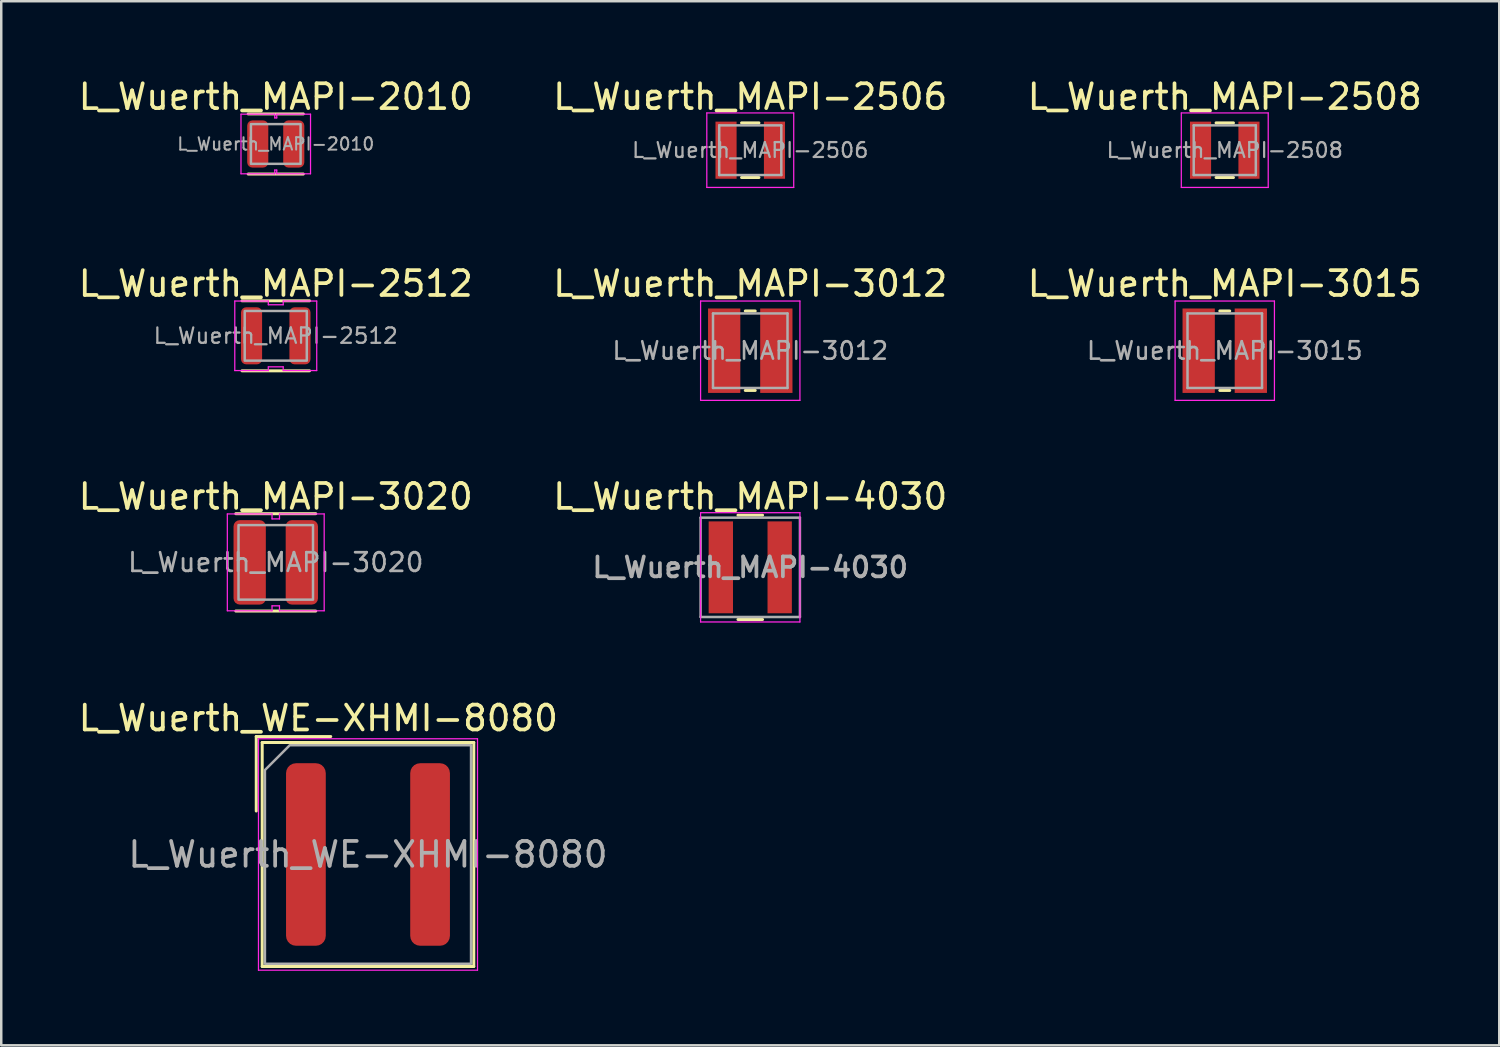
<source format=kicad_pcb>
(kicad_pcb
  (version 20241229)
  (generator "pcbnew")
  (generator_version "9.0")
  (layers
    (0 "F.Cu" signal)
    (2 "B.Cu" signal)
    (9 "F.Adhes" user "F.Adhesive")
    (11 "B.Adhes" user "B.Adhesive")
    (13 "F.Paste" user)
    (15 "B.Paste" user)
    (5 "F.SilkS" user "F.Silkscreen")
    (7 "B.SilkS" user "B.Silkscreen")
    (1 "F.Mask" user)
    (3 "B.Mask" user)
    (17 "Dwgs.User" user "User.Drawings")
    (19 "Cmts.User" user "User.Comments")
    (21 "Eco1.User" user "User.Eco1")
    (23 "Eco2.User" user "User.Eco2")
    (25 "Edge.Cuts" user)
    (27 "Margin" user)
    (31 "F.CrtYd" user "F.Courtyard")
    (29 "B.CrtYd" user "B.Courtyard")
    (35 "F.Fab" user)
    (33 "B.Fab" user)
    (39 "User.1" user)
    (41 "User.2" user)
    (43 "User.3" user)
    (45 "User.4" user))
  (footprint "L_Wuerth_MAPI-2010"
    (layer "F.Cu")
    (at 8.054 2.748)
    (property "Reference" "L_Wuerth_MAPI-2010" (at 0 -1.9 0) (layer "F.SilkS") (effects (font (size 1 1) (thickness 0.15))))
    (attr smd)
    (fp_line (start -1.11 -1.21) (end 1.11 -1.21) (stroke (width 0.12) (type solid)) (layer "F.SilkS"))
    (fp_line (start 1.11 1.21) (end -1.11 1.21) (stroke (width 0.12) (type solid)) (layer "F.SilkS"))
    (fp_line (start -1.4 -1.2) (end -0.04 -1.2) (stroke (width 0.05) (type solid)) (layer "F.CrtYd"))
    (fp_line (start -1.4 1.2) (end -1.4 -1.2) (stroke (width 0.05) (type solid)) (layer "F.CrtYd"))
    (fp_line (start -0.04 -1.2) (end -0.04 -1.05) (stroke (width 0.05) (type solid)) (layer "F.CrtYd"))
    (fp_line (start -0.04 -1.05) (end 0.04 -1.05) (stroke (width 0.05) (type solid)) (layer "F.CrtYd"))
    (fp_line (start -0.04 1.05) (end -0.04 1.2) (stroke (width 0.05) (type solid)) (layer "F.CrtYd"))
    (fp_line (start -0.04 1.2) (end -1.4 1.2) (stroke (width 0.05) (type solid)) (layer "F.CrtYd"))
    (fp_line (start 0.04 -1.2) (end 1.4 -1.2) (stroke (width 0.05) (type solid)) (layer "F.CrtYd"))
    (fp_line (start 0.04 -1.05) (end 0.04 -1.2) (stroke (width 0.05) (type solid)) (layer "F.CrtYd"))
    (fp_line (start 0.04 1.05) (end -0.04 1.05) (stroke (width 0.05) (type solid)) (layer "F.CrtYd"))
    (fp_line (start 0.04 1.2) (end 0.04 1.05) (stroke (width 0.05) (type solid)) (layer "F.CrtYd"))
    (fp_line (start 1.4 -1.2) (end 1.4 1.2) (stroke (width 0.05) (type solid)) (layer "F.CrtYd"))
    (fp_line (start 1.4 1.2) (end 0.04 1.2) (stroke (width 0.05) (type solid)) (layer "F.CrtYd"))
    (fp_rect (start -1 -0.8) (end 1 0.8) (stroke (width 0.1) (type solid)) (fill no) (layer "F.Fab"))
    (fp_text user "${REFERENCE}" (at 0 0 0) (layer "F.Fab") (effects (font (size 0.5 0.5) (thickness 0.08))))
    (pad "1" smd roundrect (at -0.725 0) (size 0.85 1.9) (layers "F.Cu" "F.Mask" "F.Paste") (roundrect_rratio 0.25))
    (pad "2" smd roundrect (at 0.725 0) (size 0.85 1.9) (layers "F.Cu" "F.Mask" "F.Paste") (roundrect_rratio 0.25)))
  (footprint "L_Wuerth_MAPI-2512"
    (layer "F.Cu")
    (at 8.054 10.472)
    (property "Reference" "L_Wuerth_MAPI-2512" (at 0 -2.1 0) (layer "F.SilkS") (effects (font (size 1 1) (thickness 0.15))))
    (attr smd)
    (fp_line (start -1.36 -1.41) (end 1.36 -1.41) (stroke (width 0.12) (type solid)) (layer "F.SilkS"))
    (fp_line (start 1.36 1.41) (end -1.36 1.41) (stroke (width 0.12) (type solid)) (layer "F.SilkS"))
    (fp_line (start -1.65 -1.4) (end -0.3 -1.4) (stroke (width 0.05) (type solid)) (layer "F.CrtYd"))
    (fp_line (start -1.65 1.4) (end -1.65 -1.4) (stroke (width 0.05) (type solid)) (layer "F.CrtYd"))
    (fp_line (start -0.3 -1.4) (end -0.3 -1.25) (stroke (width 0.05) (type solid)) (layer "F.CrtYd"))
    (fp_line (start -0.3 -1.25) (end 0.3 -1.25) (stroke (width 0.05) (type solid)) (layer "F.CrtYd"))
    (fp_line (start -0.3 1.25) (end -0.3 1.4) (stroke (width 0.05) (type solid)) (layer "F.CrtYd"))
    (fp_line (start -0.3 1.4) (end -1.65 1.4) (stroke (width 0.05) (type solid)) (layer "F.CrtYd"))
    (fp_line (start 0.3 -1.4) (end 1.65 -1.4) (stroke (width 0.05) (type solid)) (layer "F.CrtYd"))
    (fp_line (start 0.3 -1.25) (end 0.3 -1.4) (stroke (width 0.05) (type solid)) (layer "F.CrtYd"))
    (fp_line (start 0.3 1.25) (end -0.3 1.25) (stroke (width 0.05) (type solid)) (layer "F.CrtYd"))
    (fp_line (start 0.3 1.4) (end 0.3 1.25) (stroke (width 0.05) (type solid)) (layer "F.CrtYd"))
    (fp_line (start 1.65 -1.4) (end 1.65 1.4) (stroke (width 0.05) (type solid)) (layer "F.CrtYd"))
    (fp_line (start 1.65 1.4) (end 0.3 1.4) (stroke (width 0.05) (type solid)) (layer "F.CrtYd"))
    (fp_rect (start -1.25 -1) (end 1.25 1) (stroke (width 0.1) (type solid)) (fill no) (layer "F.Fab"))
    (fp_text user "${REFERENCE}" (at 0 0 0) (layer "F.Fab") (effects (font (size 0.62 0.62) (thickness 0.09))))
    (pad "1" smd roundrect (at -0.975 0) (size 0.85 2.3) (layers "F.Cu" "F.Mask" "F.Paste") (roundrect_rratio 0.25))
    (pad "2" smd roundrect (at 0.975 0) (size 0.85 2.3) (layers "F.Cu" "F.Mask" "F.Paste") (roundrect_rratio 0.25)))
  (footprint "L_Wuerth_MAPI-3012"
    (layer "F.Cu")
    (at 27.161 11.072)
    (property "Reference" "L_Wuerth_MAPI-3012" (at 0 -2.7 0) (layer "F.SilkS") (effects (font (size 1 1) (thickness 0.15))))
    (attr smd)
    (fp_line (start -0.2 -1.6) (end 0.2 -1.6) (stroke (width 0.12) (type solid)) (layer "F.SilkS"))
    (fp_line (start -0.2 1.6) (end 0.2 1.6) (stroke (width 0.12) (type solid)) (layer "F.SilkS"))
    (fp_line (start -2 -2) (end -2 2) (stroke (width 0.05) (type solid)) (layer "F.CrtYd"))
    (fp_line (start -2 2) (end 2 2) (stroke (width 0.05) (type solid)) (layer "F.CrtYd"))
    (fp_line (start 2 -2) (end -2 -2) (stroke (width 0.05) (type solid)) (layer "F.CrtYd"))
    (fp_line (start 2 2) (end 2 -2) (stroke (width 0.05) (type solid)) (layer "F.CrtYd"))
    (fp_line (start -1.5 -1.5) (end -1.5 1.5) (stroke (width 0.1) (type solid)) (layer "F.Fab"))
    (fp_line (start -1.5 1.5) (end 1.5 1.5) (stroke (width 0.1) (type solid)) (layer "F.Fab"))
    (fp_line (start 1.5 -1.5) (end -1.5 -1.5) (stroke (width 0.1) (type solid)) (layer "F.Fab"))
    (fp_line (start 1.5 1.5) (end 1.5 -1.5) (stroke (width 0.1) (type solid)) (layer "F.Fab"))
    (fp_text user "${REFERENCE}" (at 0 0 0) (layer "F.Fab") (effects (font (size 0.7 0.7) (thickness 0.105))))
    (pad "1" smd rect (at -1.05 0) (size 1.3 3.4) (layers "F.Cu" "F.Mask" "F.Paste"))
    (pad "2" smd rect (at 1.05 0) (size 1.3 3.4) (layers "F.Cu" "F.Mask" "F.Paste")))
  (footprint "L_Wuerth_MAPI-4030"
    (layer "F.Cu")
    (at 27.161 19.795)
    (property "Reference" "L_Wuerth_MAPI-4030" (at 0 -2.85 0) (layer "F.SilkS") (effects (font (size 1 1) (thickness 0.15))))
    (attr smd)
    (fp_line (start -0.495 -2.1) (end 0.495 -2.1) (stroke (width 0.12) (type solid)) (layer "F.SilkS"))
    (fp_line (start -0.495 2.1) (end 0.495 2.1) (stroke (width 0.12) (type solid)) (layer "F.SilkS"))
    (fp_line (start -2 -2.2) (end -2 2.2) (stroke (width 0.05) (type solid)) (layer "F.CrtYd"))
    (fp_line (start -2 2.2) (end 2 2.2) (stroke (width 0.05) (type solid)) (layer "F.CrtYd"))
    (fp_line (start 2 -2.2) (end -2 -2.2) (stroke (width 0.05) (type solid)) (layer "F.CrtYd"))
    (fp_line (start 2 2.2) (end 2 -2.2) (stroke (width 0.05) (type solid)) (layer "F.CrtYd"))
    (fp_line (start -2 -2) (end -2 2) (stroke (width 0.1) (type solid)) (layer "F.Fab"))
    (fp_line (start -2 2) (end 2 2) (stroke (width 0.1) (type solid)) (layer "F.Fab"))
    (fp_line (start 2 -2) (end -2 -2) (stroke (width 0.1) (type solid)) (layer "F.Fab"))
    (fp_line (start 2 2) (end 2 -2) (stroke (width 0.1) (type solid)) (layer "F.Fab"))
    (fp_text user "${REFERENCE}" (at 0 0 0) (layer "F.Fab") (effects (font (size 0.8 0.8) (thickness 0.15))))
    (pad "1" smd rect (at -1.185 0) (size 0.98 3.7) (layers "F.Cu" "F.Mask" "F.Paste"))
    (pad "2" smd rect (at 1.185 0) (size 0.98 3.7) (layers "F.Cu" "F.Mask" "F.Paste")))
  (footprint "L_Wuerth_MAPI-3020"
    (layer "F.Cu")
    (at 8.054 19.595)
    (property "Reference" "L_Wuerth_MAPI-3020" (at 0 -2.65 0) (layer "F.SilkS") (effects (font (size 1 1) (thickness 0.15))))
    (attr smd)
    (fp_line (start -1.61 -1.96) (end 1.61 -1.96) (stroke (width 0.12) (type solid)) (layer "F.SilkS"))
    (fp_line (start 1.61 1.96) (end -1.61 1.96) (stroke (width 0.12) (type solid)) (layer "F.SilkS"))
    (fp_line (start -1.95 -1.95) (end -0.15 -1.95) (stroke (width 0.05) (type solid)) (layer "F.CrtYd"))
    (fp_line (start -1.95 1.95) (end -1.95 -1.95) (stroke (width 0.05) (type solid)) (layer "F.CrtYd"))
    (fp_line (start -0.15 -1.95) (end -0.15 -1.75) (stroke (width 0.05) (type solid)) (layer "F.CrtYd"))
    (fp_line (start -0.15 -1.75) (end 0.15 -1.75) (stroke (width 0.05) (type solid)) (layer "F.CrtYd"))
    (fp_line (start -0.15 1.75) (end -0.15 1.95) (stroke (width 0.05) (type solid)) (layer "F.CrtYd"))
    (fp_line (start -0.15 1.95) (end -1.95 1.95) (stroke (width 0.05) (type solid)) (layer "F.CrtYd"))
    (fp_line (start 0.15 -1.95) (end 1.95 -1.95) (stroke (width 0.05) (type solid)) (layer "F.CrtYd"))
    (fp_line (start 0.15 -1.75) (end 0.15 -1.95) (stroke (width 0.05) (type solid)) (layer "F.CrtYd"))
    (fp_line (start 0.15 1.75) (end -0.15 1.75) (stroke (width 0.05) (type solid)) (layer "F.CrtYd"))
    (fp_line (start 0.15 1.95) (end 0.15 1.75) (stroke (width 0.05) (type solid)) (layer "F.CrtYd"))
    (fp_line (start 1.95 -1.95) (end 1.95 1.95) (stroke (width 0.05) (type solid)) (layer "F.CrtYd"))
    (fp_line (start 1.95 1.95) (end 0.15 1.95) (stroke (width 0.05) (type solid)) (layer "F.CrtYd"))
    (fp_rect (start -1.5 -1.5) (end 1.5 1.5) (stroke (width 0.1) (type solid)) (fill no) (layer "F.Fab"))
    (fp_text user "${REFERENCE}" (at 0 0 0) (layer "F.Fab") (effects (font (size 0.75 0.75) (thickness 0.11))))
    (pad "1" smd roundrect (at -1.05 0) (size 1.3 3.4) (layers "F.Cu" "F.Mask" "F.Paste") (roundrect_rratio 0.192))
    (pad "2" smd roundrect (at 1.05 0) (size 1.3 3.4) (layers "F.Cu" "F.Mask" "F.Paste") (roundrect_rratio 0.192)))
  (footprint "L_Wuerth_WE-XHMI-8080"
    (layer "F.Cu")
    (at 11.768 31.358)
    (property "Reference" "L_Wuerth_WE-XHMI-8080" (at -2 -5.49 0) (layer "F.SilkS") (effects (font (size 1 1) (thickness 0.15))))
    (attr smd)
    (fp_line (start -4.5 -4.75) (end -1.5 -4.75) (stroke (width 0.12) (type solid)) (layer "F.SilkS"))
    (fp_line (start -4.5 -1.75) (end -4.5 -4.75) (stroke (width 0.12) (type solid)) (layer "F.SilkS"))
    (fp_line (start -4.26 -4.51) (end -4.26 4.51) (stroke (width 0.12) (type solid)) (layer "F.SilkS"))
    (fp_line (start -4.26 -4.51) (end 4.26 -4.51) (stroke (width 0.12) (type solid)) (layer "F.SilkS"))
    (fp_line (start -4.26 4.51) (end 4.26 4.51) (stroke (width 0.12) (type solid)) (layer "F.SilkS"))
    (fp_line (start 4.26 -4.51) (end 4.26 4.51) (stroke (width 0.12) (type solid)) (layer "F.SilkS"))
    (fp_line (start -4.41 -4.66) (end -4.41 4.66) (stroke (width 0.05) (type solid)) (layer "F.CrtYd"))
    (fp_line (start -4.41 4.66) (end 4.41 4.66) (stroke (width 0.05) (type solid)) (layer "F.CrtYd"))
    (fp_line (start 4.41 -4.66) (end -4.41 -4.66) (stroke (width 0.05) (type solid)) (layer "F.CrtYd"))
    (fp_line (start 4.41 4.66) (end 4.41 -4.66) (stroke (width 0.05) (type solid)) (layer "F.CrtYd"))
    (fp_poly (pts (xy -4.15 -3.4) (xy -4.15 4.4) (xy 4.15 4.4) (xy 4.15 -4.4) (xy -3.15 -4.4)) (stroke (width 0.1) (type solid)) (fill no) (layer "F.Fab"))
    (fp_text user "${REFERENCE}" (at 0 0 0) (layer "F.Fab") (effects (font (size 1 1) (thickness 0.15))))
    (pad "1" smd roundrect (at -2.5 0) (size 1.6 7.35) (layers "F.Cu" "F.Mask" "F.Paste") (roundrect_rratio 0.25))
    (pad "2" smd roundrect (at 2.5 0) (size 1.6 7.35) (layers "F.Cu" "F.Mask" "F.Paste") (roundrect_rratio 0.25)))
  (footprint "L_Wuerth_MAPI-2508"
    (layer "F.Cu")
    (at 46.268 2.998)
    (property "Reference" "L_Wuerth_MAPI-2508" (at 0 -2.15 0) (layer "F.SilkS") (effects (font (size 1 1) (thickness 0.15))))
    (attr smd)
    (fp_line (start -0.35 -1.1) (end 0.35 -1.1) (stroke (width 0.12) (type solid)) (layer "F.SilkS"))
    (fp_line (start -0.35 1.1) (end 0.35 1.1) (stroke (width 0.12) (type solid)) (layer "F.SilkS"))
    (fp_line (start -1.75 -1.5) (end -1.75 1.5) (stroke (width 0.05) (type solid)) (layer "F.CrtYd"))
    (fp_line (start -1.75 1.5) (end 1.75 1.5) (stroke (width 0.05) (type solid)) (layer "F.CrtYd"))
    (fp_line (start 1.75 -1.5) (end -1.75 -1.5) (stroke (width 0.05) (type solid)) (layer "F.CrtYd"))
    (fp_line (start 1.75 1.5) (end 1.75 -1.5) (stroke (width 0.05) (type solid)) (layer "F.CrtYd"))
    (fp_line (start -1.25 -1) (end -1.25 1) (stroke (width 0.1) (type solid)) (layer "F.Fab"))
    (fp_line (start -1.25 1) (end 1.25 1) (stroke (width 0.1) (type solid)) (layer "F.Fab"))
    (fp_line (start 1.25 -1) (end -1.25 -1) (stroke (width 0.1) (type solid)) (layer "F.Fab"))
    (fp_line (start 1.25 1) (end 1.25 -1) (stroke (width 0.1) (type solid)) (layer "F.Fab"))
    (fp_text user "${REFERENCE}" (at 0 0 0) (layer "F.Fab") (effects (font (size 0.6 0.6) (thickness 0.09))))
    (pad "1" smd rect (at -0.975 0) (size 0.85 2.3) (layers "F.Cu" "F.Mask" "F.Paste"))
    (pad "2" smd rect (at 0.975 0) (size 0.85 2.3) (layers "F.Cu" "F.Mask" "F.Paste")))
  (footprint "L_Wuerth_MAPI-3015"
    (layer "F.Cu")
    (at 46.268 11.072)
    (property "Reference" "L_Wuerth_MAPI-3015" (at 0 -2.7 0) (layer "F.SilkS") (effects (font (size 1 1) (thickness 0.15))))
    (attr smd)
    (fp_line (start -0.2 -1.6) (end 0.2 -1.6) (stroke (width 0.12) (type solid)) (layer "F.SilkS"))
    (fp_line (start -0.2 1.6) (end 0.2 1.6) (stroke (width 0.12) (type solid)) (layer "F.SilkS"))
    (fp_line (start -2 -2) (end -2 2) (stroke (width 0.05) (type solid)) (layer "F.CrtYd"))
    (fp_line (start -2 2) (end 2 2) (stroke (width 0.05) (type solid)) (layer "F.CrtYd"))
    (fp_line (start 2 -2) (end -2 -2) (stroke (width 0.05) (type solid)) (layer "F.CrtYd"))
    (fp_line (start 2 2) (end 2 -2) (stroke (width 0.05) (type solid)) (layer "F.CrtYd"))
    (fp_line (start -1.5 -1.5) (end -1.5 1.5) (stroke (width 0.1) (type solid)) (layer "F.Fab"))
    (fp_line (start -1.5 1.5) (end 1.5 1.5) (stroke (width 0.1) (type solid)) (layer "F.Fab"))
    (fp_line (start 1.5 -1.5) (end -1.5 -1.5) (stroke (width 0.1) (type solid)) (layer "F.Fab"))
    (fp_line (start 1.5 1.5) (end 1.5 -1.5) (stroke (width 0.1) (type solid)) (layer "F.Fab"))
    (fp_text user "${REFERENCE}" (at 0 0 0) (layer "F.Fab") (effects (font (size 0.7 0.7) (thickness 0.105))))
    (pad "1" smd rect (at -1.05 0) (size 1.3 3.4) (layers "F.Cu" "F.Mask" "F.Paste"))
    (pad "2" smd rect (at 1.05 0) (size 1.3 3.4) (layers "F.Cu" "F.Mask" "F.Paste")))
  (footprint "L_Wuerth_MAPI-2506"
    (layer "F.Cu")
    (at 27.161 2.998)
    (property "Reference" "L_Wuerth_MAPI-2506" (at 0 -2.15 0) (layer "F.SilkS") (effects (font (size 1 1) (thickness 0.15))))
    (attr smd)
    (fp_line (start -0.35 -1.1) (end 0.35 -1.1) (stroke (width 0.12) (type solid)) (layer "F.SilkS"))
    (fp_line (start -0.35 1.1) (end 0.35 1.1) (stroke (width 0.12) (type solid)) (layer "F.SilkS"))
    (fp_line (start -1.75 -1.5) (end -1.75 1.5) (stroke (width 0.05) (type solid)) (layer "F.CrtYd"))
    (fp_line (start -1.75 1.5) (end 1.75 1.5) (stroke (width 0.05) (type solid)) (layer "F.CrtYd"))
    (fp_line (start 1.75 -1.5) (end -1.75 -1.5) (stroke (width 0.05) (type solid)) (layer "F.CrtYd"))
    (fp_line (start 1.75 1.5) (end 1.75 -1.5) (stroke (width 0.05) (type solid)) (layer "F.CrtYd"))
    (fp_line (start -1.25 -1) (end -1.25 1) (stroke (width 0.1) (type solid)) (layer "F.Fab"))
    (fp_line (start -1.25 1) (end 1.25 1) (stroke (width 0.1) (type solid)) (layer "F.Fab"))
    (fp_line (start 1.25 -1) (end -1.25 -1) (stroke (width 0.1) (type solid)) (layer "F.Fab"))
    (fp_line (start 1.25 1) (end 1.25 -1) (stroke (width 0.1) (type solid)) (layer "F.Fab"))
    (fp_text user "${REFERENCE}" (at 0 0 0) (layer "F.Fab") (effects (font (size 0.6 0.6) (thickness 0.09))))
    (pad "1" smd rect (at -0.975 0) (size 0.85 2.3) (layers "F.Cu" "F.Mask" "F.Paste"))
    (pad "2" smd rect (at 0.975 0) (size 0.85 2.3) (layers "F.Cu" "F.Mask" "F.Paste")))
  (gr_rect
    (start -3 -3)
    (end 57.321 39.043)
    (stroke (width 0.1) (type default))
    (fill no)
    (layer "Edge.Cuts")))
</source>
